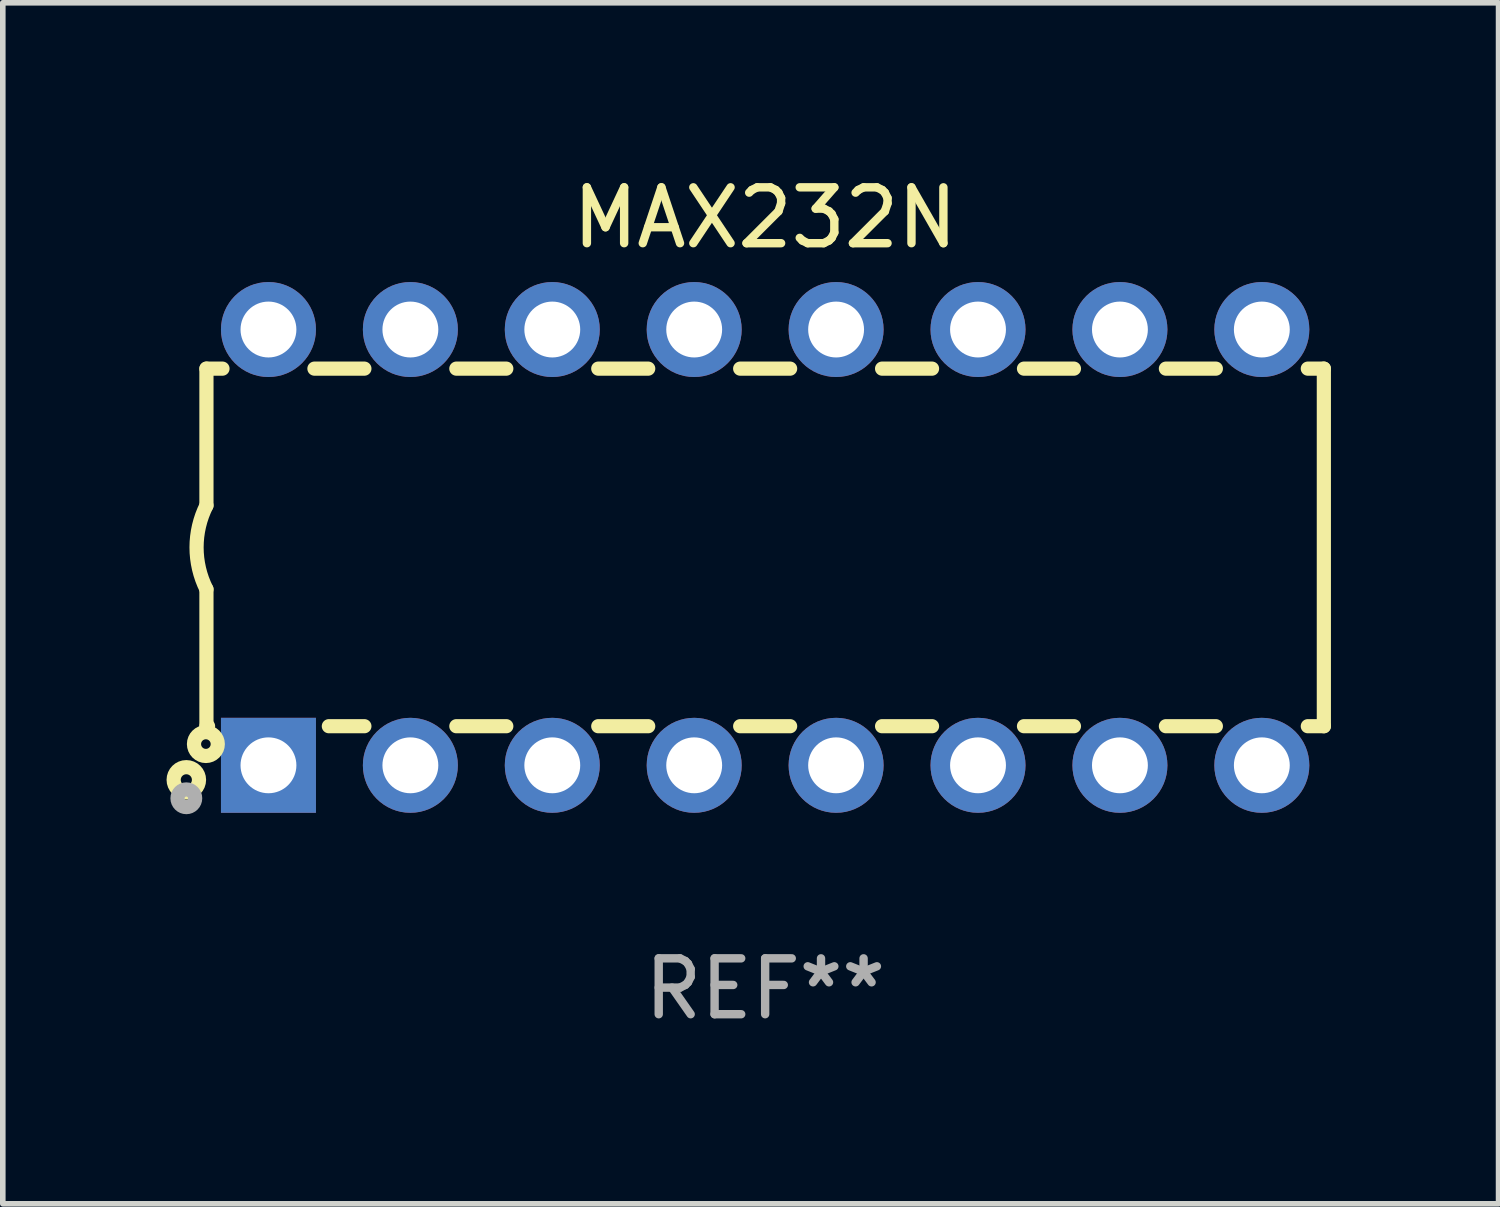
<source format=kicad_pcb>
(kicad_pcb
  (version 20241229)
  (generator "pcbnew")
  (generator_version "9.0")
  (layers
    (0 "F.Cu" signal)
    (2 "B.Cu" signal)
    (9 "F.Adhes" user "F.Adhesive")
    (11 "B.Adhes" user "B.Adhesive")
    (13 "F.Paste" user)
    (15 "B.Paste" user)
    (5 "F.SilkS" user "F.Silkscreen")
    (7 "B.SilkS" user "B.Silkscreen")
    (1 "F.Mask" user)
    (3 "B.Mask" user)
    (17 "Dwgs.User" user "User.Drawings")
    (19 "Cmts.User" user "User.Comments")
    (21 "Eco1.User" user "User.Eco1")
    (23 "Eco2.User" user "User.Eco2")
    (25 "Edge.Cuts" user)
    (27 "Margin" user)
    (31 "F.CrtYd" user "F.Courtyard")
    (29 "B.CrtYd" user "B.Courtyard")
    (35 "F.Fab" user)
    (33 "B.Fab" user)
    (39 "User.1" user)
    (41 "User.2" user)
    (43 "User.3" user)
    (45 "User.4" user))
  (footprint "MAX232N"
    (layer "F.Cu")
    (at 10.645 6.748)
    (property "Reference" "MAX232N" (at 0 -5.9 0) (layer "F.SilkS") (effects (font (size 1 1) (thickness 0.15))))
    (attr through_hole)
    (fp_line (start -10 -3.2) (end -10 -0.75) (stroke (width 0.254) (type solid)) (layer "F.SilkS"))
    (fp_line (start -10 -3.2) (end -9.713 -3.2) (stroke (width 0.254) (type solid)) (layer "F.SilkS"))
    (fp_line (start -10 3.2) (end -10 0.75) (stroke (width 0.254) (type solid)) (layer "F.SilkS"))
    (fp_line (start -10 3.2) (end -9.971 3.2) (stroke (width 0.254) (type solid)) (layer "F.SilkS"))
    (fp_line (start -8.067 -3.2) (end -7.173 -3.2) (stroke (width 0.254) (type solid)) (layer "F.SilkS"))
    (fp_line (start -7.809 3.2) (end -7.173 3.2) (stroke (width 0.254) (type solid)) (layer "F.SilkS"))
    (fp_line (start -5.527 3.2) (end -4.633 3.2) (stroke (width 0.254) (type solid)) (layer "F.SilkS"))
    (fp_line (start -5.527 -3.2) (end -4.633 -3.2) (stroke (width 0.254) (type solid)) (layer "F.SilkS"))
    (fp_line (start -2.987 3.2) (end -2.093 3.2) (stroke (width 0.254) (type solid)) (layer "F.SilkS"))
    (fp_line (start -2.987 -3.2) (end -2.093 -3.2) (stroke (width 0.254) (type solid)) (layer "F.SilkS"))
    (fp_line (start -0.447 3.2) (end 0.447 3.2) (stroke (width 0.254) (type solid)) (layer "F.SilkS"))
    (fp_line (start -0.447 -3.2) (end 0.447 -3.2) (stroke (width 0.254) (type solid)) (layer "F.SilkS"))
    (fp_line (start 2.093 3.2) (end 2.987 3.2) (stroke (width 0.254) (type solid)) (layer "F.SilkS"))
    (fp_line (start 2.093 -3.2) (end 2.987 -3.2) (stroke (width 0.254) (type solid)) (layer "F.SilkS"))
    (fp_line (start 4.633 3.2) (end 5.527 3.2) (stroke (width 0.254) (type solid)) (layer "F.SilkS"))
    (fp_line (start 4.633 -3.2) (end 5.527 -3.2) (stroke (width 0.254) (type solid)) (layer "F.SilkS"))
    (fp_line (start 7.173 3.2) (end 8.067 3.2) (stroke (width 0.254) (type solid)) (layer "F.SilkS"))
    (fp_line (start 7.173 -3.2) (end 8.067 -3.2) (stroke (width 0.254) (type solid)) (layer "F.SilkS"))
    (fp_line (start 9.713 3.2) (end 10 3.2) (stroke (width 0.254) (type solid)) (layer "F.SilkS"))
    (fp_line (start 9.713 -3.2) (end 10 -3.2) (stroke (width 0.254) (type solid)) (layer "F.SilkS"))
    (fp_line (start 10 -3.2) (end 10 3.2) (stroke (width 0.254) (type solid)) (layer "F.SilkS"))
    (fp_arc (start -10 0.748793) (mid -10.176918 -0.000607) (end -10.000025 -0.750013) (stroke (width 0.254001) (type solid)) (layer "F.SilkS"))
    (fp_circle (center -10.36 4.16) (end -10.26 4.16) (stroke (width 0.254) (type solid)) (fill no) (layer "F.SilkS"))
    (fp_circle (center -10.01 3.52) (end -9.924 3.52) (stroke (width 0.254) (type solid)) (fill no) (layer "F.SilkS"))
    (fp_circle (center -10.36 4.49) (end -10.202 4.49) (stroke (width 0.254) (type solid)) (fill no) (layer "F.Fab"))
    (fp_text user "REF**" (at 0 7.9 0) (layer "F.Fab") (effects (font (size 1 1) (thickness 0.15))))
    (pad "1" thru_hole rect (at -8.89 3.9 90) (size 1.7 1.7) (drill 1) (layers "*.Cu" "*.Mask"))
    (pad "2" thru_hole circle (at -6.35 3.9) (size 1.7 1.7) (drill 1) (layers "*.Cu" "*.Mask"))
    (pad "3" thru_hole circle (at -3.81 3.9) (size 1.7 1.7) (drill 1) (layers "*.Cu" "*.Mask"))
    (pad "4" thru_hole circle (at -1.27 3.9) (size 1.7 1.7) (drill 1) (layers "*.Cu" "*.Mask"))
    (pad "5" thru_hole circle (at 1.27 3.9) (size 1.7 1.7) (drill 1) (layers "*.Cu" "*.Mask"))
    (pad "6" thru_hole circle (at 3.81 3.9) (size 1.7 1.7) (drill 1) (layers "*.Cu" "*.Mask"))
    (pad "7" thru_hole circle (at 6.35 3.9) (size 1.7 1.7) (drill 1) (layers "*.Cu" "*.Mask"))
    (pad "8" thru_hole circle (at 8.89 3.9) (size 1.7 1.7) (drill 1) (layers "*.Cu" "*.Mask"))
    (pad "9" thru_hole circle (at 8.89 -3.9) (size 1.7 1.7) (drill 1) (layers "*.Cu" "*.Mask"))
    (pad "10" thru_hole circle (at 6.35 -3.9) (size 1.7 1.7) (drill 1) (layers "*.Cu" "*.Mask"))
    (pad "11" thru_hole circle (at 3.81 -3.9) (size 1.7 1.7) (drill 1) (layers "*.Cu" "*.Mask"))
    (pad "12" thru_hole circle (at 1.27 -3.9) (size 1.7 1.7) (drill 1) (layers "*.Cu" "*.Mask"))
    (pad "13" thru_hole circle (at -1.27 -3.9) (size 1.7 1.7) (drill 1) (layers "*.Cu" "*.Mask"))
    (pad "14" thru_hole circle (at -3.81 -3.9) (size 1.7 1.7) (drill 1) (layers "*.Cu" "*.Mask"))
    (pad "15" thru_hole circle (at -6.35 -3.9) (size 1.7 1.7) (drill 1) (layers "*.Cu" "*.Mask"))
    (pad "16" thru_hole circle (at -8.89 -3.9) (size 1.7 1.7) (drill 1) (layers "*.Cu" "*.Mask")))
  (gr_rect
    (start -3 -3)
    (end 23.772 18.496)
    (stroke (width 0.1) (type default))
    (fill no)
    (layer "Edge.Cuts")))
</source>
